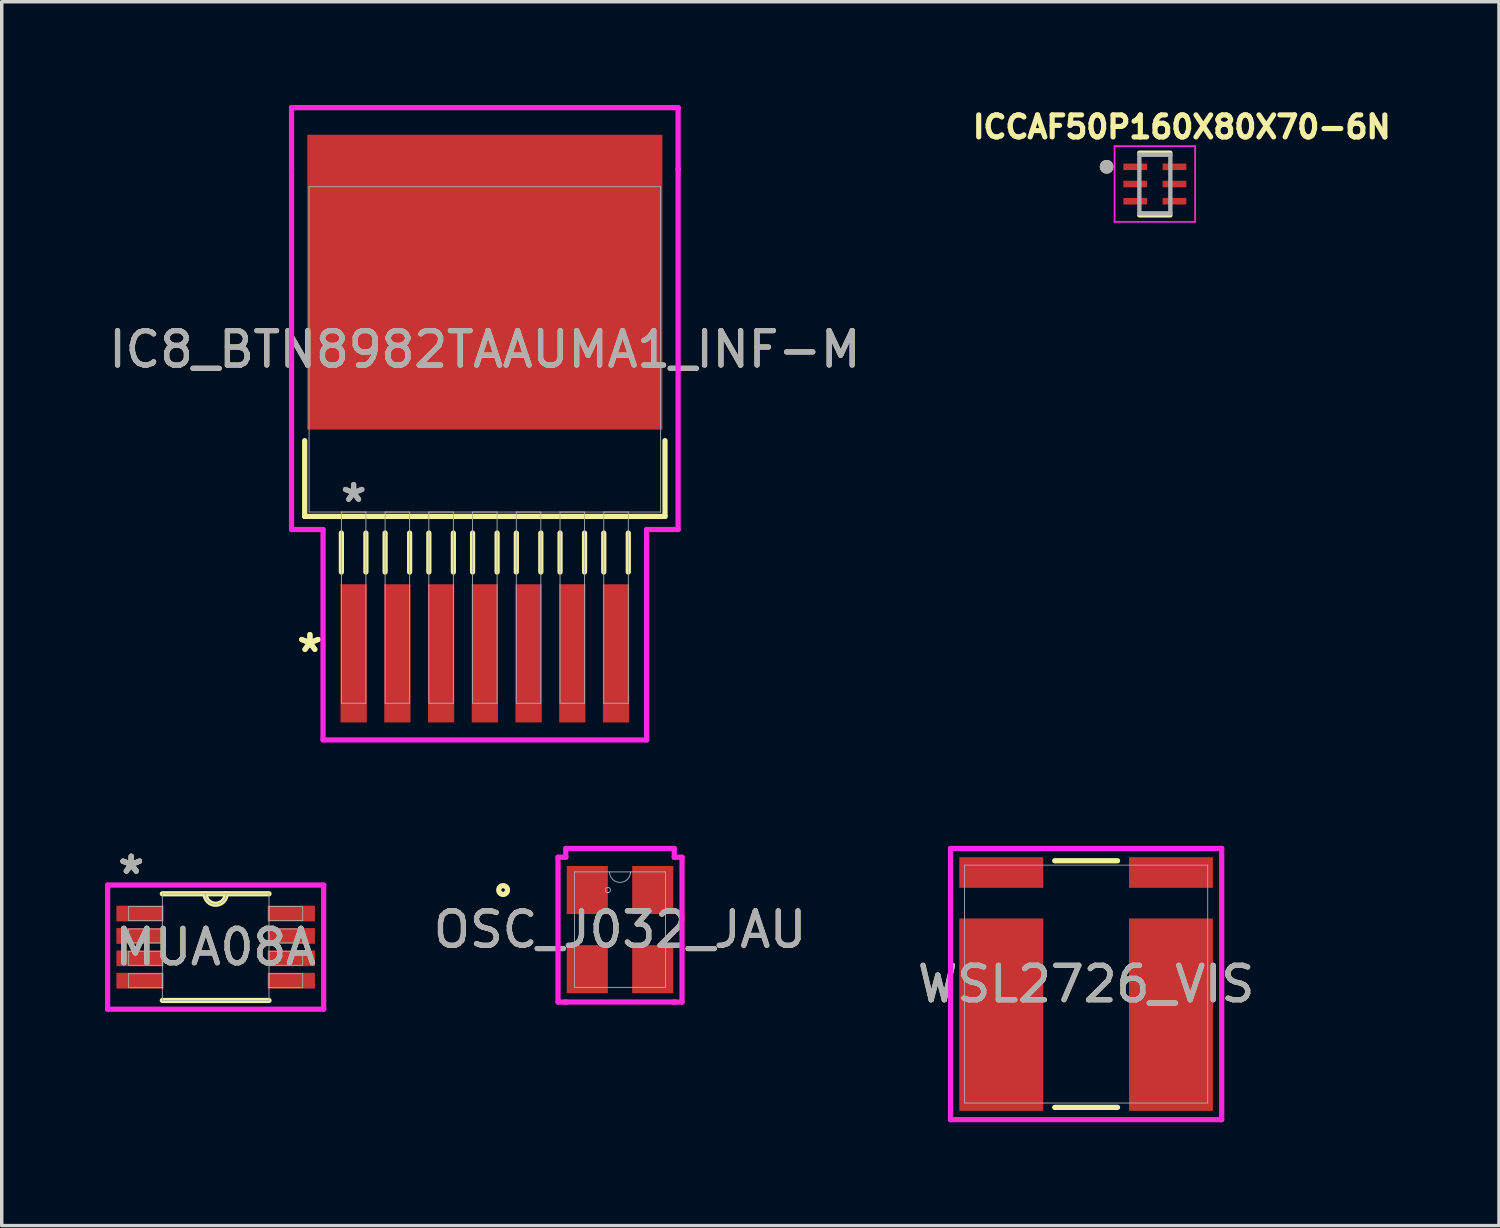
<source format=kicad_pcb>
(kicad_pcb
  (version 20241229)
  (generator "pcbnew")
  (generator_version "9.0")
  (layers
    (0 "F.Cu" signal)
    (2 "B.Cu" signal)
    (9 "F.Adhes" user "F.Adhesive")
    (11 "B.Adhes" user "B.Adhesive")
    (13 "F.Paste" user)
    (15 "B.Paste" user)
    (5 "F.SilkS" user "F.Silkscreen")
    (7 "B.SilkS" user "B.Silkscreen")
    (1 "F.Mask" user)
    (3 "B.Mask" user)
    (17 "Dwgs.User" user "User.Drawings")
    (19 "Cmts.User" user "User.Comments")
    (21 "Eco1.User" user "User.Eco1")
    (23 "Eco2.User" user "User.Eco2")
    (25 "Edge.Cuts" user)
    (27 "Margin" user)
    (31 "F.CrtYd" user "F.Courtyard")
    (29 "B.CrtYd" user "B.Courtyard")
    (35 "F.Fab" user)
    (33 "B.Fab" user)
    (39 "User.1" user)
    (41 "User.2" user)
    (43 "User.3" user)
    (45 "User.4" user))
  (footprint "ICCAF50P160X80X70-6N"
    (layer "F.Cu")
    (at 30.488 2.294)
    (property "Reference" "ICCAF50P160X80X70-6N" (at 0.782 -1.656 0) (layer "F.SilkS") (effects (font (size 0.64 0.64) (thickness 0.15))))
    (attr smd)
    (fp_line (start -0.45 -0.909) (end 0.45 -0.909) (stroke (width 0.127) (type solid)) (layer "F.SilkS"))
    (fp_line (start -0.45 0.909) (end 0.45 0.909) (stroke (width 0.127) (type solid)) (layer "F.SilkS"))
    (fp_circle (center -1.4 -0.5) (end -1.3 -0.5) (stroke (width 0.2) (type solid)) (fill no) (layer "F.SilkS"))
    (fp_line (start -1.17 -1.1) (end 1.17 -1.1) (stroke (width 0.05) (type solid)) (layer "F.CrtYd"))
    (fp_line (start -1.17 1.1) (end -1.17 -1.1) (stroke (width 0.05) (type solid)) (layer "F.CrtYd"))
    (fp_line (start 1.17 -1.1) (end 1.17 1.1) (stroke (width 0.05) (type solid)) (layer "F.CrtYd"))
    (fp_line (start 1.17 1.1) (end -1.17 1.1) (stroke (width 0.05) (type solid)) (layer "F.CrtYd"))
    (fp_line (start -0.45 -0.85) (end 0.45 -0.85) (stroke (width 0.127) (type solid)) (layer "F.Fab"))
    (fp_line (start -0.45 0.85) (end -0.45 -0.85) (stroke (width 0.127) (type solid)) (layer "F.Fab"))
    (fp_line (start 0.45 -0.85) (end 0.45 0.85) (stroke (width 0.127) (type solid)) (layer "F.Fab"))
    (fp_line (start 0.45 0.85) (end -0.45 0.85) (stroke (width 0.127) (type solid)) (layer "F.Fab"))
    (fp_circle (center -1.4 -0.5) (end -1.3 -0.5) (stroke (width 0.2) (type solid)) (fill no) (layer "F.Fab"))
    (pad "1" smd rect (at -0.57 -0.5) (size 0.69 0.19) (layers "F.Cu" "F.Mask" "F.Paste"))
    (pad "2" smd rect (at -0.57 0) (size 0.69 0.19) (layers "F.Cu" "F.Mask" "F.Paste"))
    (pad "3" smd rect (at -0.57 0.5) (size 0.69 0.19) (layers "F.Cu" "F.Mask" "F.Paste"))
    (pad "4" smd rect (at 0.57 0.5) (size 0.69 0.19) (layers "F.Cu" "F.Mask" "F.Paste"))
    (pad "5" smd rect (at 0.57 0) (size 0.69 0.19) (layers "F.Cu" "F.Mask" "F.Paste"))
    (pad "6" smd rect (at 0.57 -0.5) (size 0.69 0.19) (layers "F.Cu" "F.Mask" "F.Paste")))
  (footprint "MUA08A"
    (layer "F.Cu")
    (at 3.213 24.455)
    (property "Reference" "MUA08A" (at 0 0 0) (unlocked yes) (layer "F.SilkS") (effects (font (size 1 1) (thickness 0.15))))
    (attr smd)
    (fp_line (start -1.549 1.549) (end 1.549 1.549) (stroke (width 0.152) (type solid)) (layer "F.SilkS"))
    (fp_line (start 1.549 -1.549) (end -1.549 -1.549) (stroke (width 0.152) (type solid)) (layer "F.SilkS"))
    (fp_arc (start 0.3048 -1.5494) (mid 0 -1.2446) (end -0.3048 -1.5494) (stroke (width 0.1524) (type solid)) (layer "F.SilkS"))
    (fp_line (start -3.137 -1.803) (end 3.137 -1.803) (stroke (width 0.152) (type solid)) (layer "F.CrtYd"))
    (fp_line (start -3.137 1.803) (end -3.137 -1.803) (stroke (width 0.152) (type solid)) (layer "F.CrtYd"))
    (fp_line (start 3.137 -1.803) (end 3.137 1.803) (stroke (width 0.152) (type solid)) (layer "F.CrtYd"))
    (fp_line (start 3.137 1.803) (end -3.137 1.803) (stroke (width 0.152) (type solid)) (layer "F.CrtYd"))
    (fp_line (start -2.527 -1.178) (end -2.527 -0.772) (stroke (width 0.025) (type solid)) (layer "F.Fab"))
    (fp_line (start -2.527 -0.772) (end -1.549 -0.772) (stroke (width 0.025) (type solid)) (layer "F.Fab"))
    (fp_line (start -2.527 -0.528) (end -2.527 -0.122) (stroke (width 0.025) (type solid)) (layer "F.Fab"))
    (fp_line (start -2.527 -0.122) (end -1.549 -0.122) (stroke (width 0.025) (type solid)) (layer "F.Fab"))
    (fp_line (start -2.527 0.122) (end -2.527 0.528) (stroke (width 0.025) (type solid)) (layer "F.Fab"))
    (fp_line (start -2.527 0.528) (end -1.549 0.528) (stroke (width 0.025) (type solid)) (layer "F.Fab"))
    (fp_line (start -2.527 0.772) (end -2.527 1.178) (stroke (width 0.025) (type solid)) (layer "F.Fab"))
    (fp_line (start -2.527 1.178) (end -1.549 1.178) (stroke (width 0.025) (type solid)) (layer "F.Fab"))
    (fp_line (start -1.549 -1.549) (end -1.549 1.549) (stroke (width 0.025) (type solid)) (layer "F.Fab"))
    (fp_line (start -1.549 -1.178) (end -2.527 -1.178) (stroke (width 0.025) (type solid)) (layer "F.Fab"))
    (fp_line (start -1.549 -0.772) (end -1.549 -1.178) (stroke (width 0.025) (type solid)) (layer "F.Fab"))
    (fp_line (start -1.549 -0.528) (end -2.527 -0.528) (stroke (width 0.025) (type solid)) (layer "F.Fab"))
    (fp_line (start -1.549 -0.122) (end -1.549 -0.528) (stroke (width 0.025) (type solid)) (layer "F.Fab"))
    (fp_line (start -1.549 0.122) (end -2.527 0.122) (stroke (width 0.025) (type solid)) (layer "F.Fab"))
    (fp_line (start -1.549 0.528) (end -1.549 0.122) (stroke (width 0.025) (type solid)) (layer "F.Fab"))
    (fp_line (start -1.549 0.772) (end -2.527 0.772) (stroke (width 0.025) (type solid)) (layer "F.Fab"))
    (fp_line (start -1.549 1.178) (end -1.549 0.772) (stroke (width 0.025) (type solid)) (layer "F.Fab"))
    (fp_line (start -1.549 1.549) (end 1.549 1.549) (stroke (width 0.025) (type solid)) (layer "F.Fab"))
    (fp_line (start 1.549 -1.549) (end -1.549 -1.549) (stroke (width 0.025) (type solid)) (layer "F.Fab"))
    (fp_line (start 1.549 -1.178) (end 1.549 -0.772) (stroke (width 0.025) (type solid)) (layer "F.Fab"))
    (fp_line (start 1.549 -0.772) (end 2.527 -0.772) (stroke (width 0.025) (type solid)) (layer "F.Fab"))
    (fp_line (start 1.549 -0.528) (end 1.549 -0.122) (stroke (width 0.025) (type solid)) (layer "F.Fab"))
    (fp_line (start 1.549 -0.122) (end 2.527 -0.122) (stroke (width 0.025) (type solid)) (layer "F.Fab"))
    (fp_line (start 1.549 0.122) (end 1.549 0.528) (stroke (width 0.025) (type solid)) (layer "F.Fab"))
    (fp_line (start 1.549 0.528) (end 2.527 0.528) (stroke (width 0.025) (type solid)) (layer "F.Fab"))
    (fp_line (start 1.549 0.772) (end 1.549 1.178) (stroke (width 0.025) (type solid)) (layer "F.Fab"))
    (fp_line (start 1.549 1.178) (end 2.527 1.178) (stroke (width 0.025) (type solid)) (layer "F.Fab"))
    (fp_line (start 1.549 1.549) (end 1.549 -1.549) (stroke (width 0.025) (type solid)) (layer "F.Fab"))
    (fp_line (start 2.527 -1.178) (end 1.549 -1.178) (stroke (width 0.025) (type solid)) (layer "F.Fab"))
    (fp_line (start 2.527 -0.772) (end 2.527 -1.178) (stroke (width 0.025) (type solid)) (layer "F.Fab"))
    (fp_line (start 2.527 -0.528) (end 1.549 -0.528) (stroke (width 0.025) (type solid)) (layer "F.Fab"))
    (fp_line (start 2.527 -0.122) (end 2.527 -0.528) (stroke (width 0.025) (type solid)) (layer "F.Fab"))
    (fp_line (start 2.527 0.122) (end 1.549 0.122) (stroke (width 0.025) (type solid)) (layer "F.Fab"))
    (fp_line (start 2.527 0.528) (end 2.527 0.122) (stroke (width 0.025) (type solid)) (layer "F.Fab"))
    (fp_line (start 2.527 0.772) (end 1.549 0.772) (stroke (width 0.025) (type solid)) (layer "F.Fab"))
    (fp_line (start 2.527 1.178) (end 2.527 0.772) (stroke (width 0.025) (type solid)) (layer "F.Fab"))
    (fp_arc (start 0.3048 -1.5494) (mid 0 -1.2446) (end -0.3048 -1.5494) (stroke (width 0.0254) (type solid)) (layer "F.Fab"))
    (fp_text user "*" (at -2.451 -2.093 0) (layer "F.SilkS") (effects (font (size 1 1) (thickness 0.15))))
    (fp_text user "*" (at -2.451 -2.093 0) (unlocked yes) (layer "F.SilkS") (effects (font (size 1 1) (thickness 0.15))))
    (fp_text user "*" (at -2.451 -2.093 0) (layer "F.Fab") (effects (font (size 1 1) (thickness 0.15))))
    (fp_text user "${REFERENCE}" (at 0 0 0) (unlocked yes) (layer "F.Fab") (effects (font (size 1 1) (thickness 0.15))))
    (fp_text user "*" (at -2.451 -2.093 0) (unlocked yes) (layer "F.Fab") (effects (font (size 1 1) (thickness 0.15))))
    (pad "1" smd rect (at -2.197 -0.975) (size 1.372 0.457) (layers "F.Cu" "F.Mask" "F.Paste"))
    (pad "2" smd rect (at -2.197 -0.325) (size 1.372 0.457) (layers "F.Cu" "F.Mask" "F.Paste"))
    (pad "3" smd rect (at -2.197 0.325) (size 1.372 0.457) (layers "F.Cu" "F.Mask" "F.Paste"))
    (pad "4" smd rect (at -2.197 0.975) (size 1.372 0.457) (layers "F.Cu" "F.Mask" "F.Paste"))
    (pad "5" smd rect (at 2.197 0.975) (size 1.372 0.457) (layers "F.Cu" "F.Mask" "F.Paste"))
    (pad "6" smd rect (at 2.197 0.325) (size 1.372 0.457) (layers "F.Cu" "F.Mask" "F.Paste"))
    (pad "7" smd rect (at 2.197 -0.325) (size 1.372 0.457) (layers "F.Cu" "F.Mask" "F.Paste"))
    (pad "8" smd rect (at 2.197 -0.975) (size 1.372 0.457) (layers "F.Cu" "F.Mask" "F.Paste")))
  (footprint "WSL2726_VIS"
    (layer "F.Cu")
    (at 28.492 25.528)
    (property "Reference" "WSL2726_VIS" (at 0 0 0) (unlocked yes) (layer "F.SilkS") (effects (font (size 1 1) (thickness 0.15))))
    (attr smd)
    (fp_line (start -0.912 3.581) (end 0.912 3.581) (stroke (width 0.152) (type solid)) (layer "F.SilkS"))
    (fp_line (start 0.912 -3.581) (end -0.912 -3.581) (stroke (width 0.152) (type solid)) (layer "F.SilkS"))
    (fp_line (start -3.937 -3.937) (end 3.937 -3.937) (stroke (width 0.152) (type solid)) (layer "F.CrtYd"))
    (fp_line (start -3.937 3.937) (end -3.937 -3.937) (stroke (width 0.152) (type solid)) (layer "F.CrtYd"))
    (fp_line (start 3.937 -3.937) (end 3.937 3.937) (stroke (width 0.152) (type solid)) (layer "F.CrtYd"))
    (fp_line (start 3.937 3.937) (end -3.937 3.937) (stroke (width 0.152) (type solid)) (layer "F.CrtYd"))
    (fp_line (start -3.531 -3.454) (end -3.531 3.454) (stroke (width 0.025) (type solid)) (layer "F.Fab"))
    (fp_line (start -3.531 3.454) (end 3.531 3.454) (stroke (width 0.025) (type solid)) (layer "F.Fab"))
    (fp_line (start 3.531 -3.454) (end -3.531 -3.454) (stroke (width 0.025) (type solid)) (layer "F.Fab"))
    (fp_line (start 3.531 3.454) (end 3.531 -3.454) (stroke (width 0.025) (type solid)) (layer "F.Fab"))
    (fp_text user "${REFERENCE}" (at 0 0 0) (unlocked yes) (layer "F.Fab") (effects (font (size 1 1) (thickness 0.15))))
    (pad "1" smd rect (at -2.464 0.889) (size 2.438 5.588) (layers "F.Cu" "F.Mask" "F.Paste"))
    (pad "2" smd rect (at -2.464 -3.239) (size 2.438 0.889) (layers "F.Cu" "F.Mask" "F.Paste"))
    (pad "3" smd rect (at 2.464 -3.239) (size 2.438 0.889) (layers "F.Cu" "F.Mask" "F.Paste"))
    (pad "4" smd rect (at 2.464 0.889) (size 2.438 5.588) (layers "F.Cu" "F.Mask" "F.Paste"))
    (zone (net_name "") (layer "F.Cu") (hatch full 0.508) (connect_pads) (min_thickness 0.254) (filled_areas_thickness no) (keepout (tracks not_allowed) (vias not_allowed) (pads allowed) (copperpour not_allowed) (footprints allowed)) (placement (enabled no)) (fill) (polygon (pts (xy 27.298 22.124) (xy 29.685 22.124) (xy 29.685 28.931) (xy 27.298 28.931)))))
  (footprint "OSC_J032_JAU"
    (layer "F.Cu")
    (at 14.956 23.947)
    (property "Reference" "OSC_J032_JAU" (at 0 0 0) (unlocked yes) (layer "F.SilkS") (effects (font (size 1 1) (thickness 0.15))))
    (attr smd)
    (fp_circle (center -3.395 -1.15) (end -3.268 -1.15) (stroke (width 0.152) (type solid)) (fill no) (layer "F.SilkS"))
    (fp_line (start -1.801 -2.103) (end -1.575 -2.103) (stroke (width 0.152) (type solid)) (layer "F.CrtYd"))
    (fp_line (start -1.801 2.103) (end -1.801 -2.103) (stroke (width 0.152) (type solid)) (layer "F.CrtYd"))
    (fp_line (start -1.801 2.103) (end -1.575 2.103) (stroke (width 0.152) (type solid)) (layer "F.CrtYd"))
    (fp_line (start -1.575 -2.357) (end 1.575 -2.357) (stroke (width 0.152) (type solid)) (layer "F.CrtYd"))
    (fp_line (start -1.575 -2.103) (end -1.575 -2.357) (stroke (width 0.152) (type solid)) (layer "F.CrtYd"))
    (fp_line (start -1.575 2.103) (end -1.575 2.103) (stroke (width 0.152) (type solid)) (layer "F.CrtYd"))
    (fp_line (start 1.575 -2.357) (end 1.575 -2.103) (stroke (width 0.152) (type solid)) (layer "F.CrtYd"))
    (fp_line (start 1.575 2.103) (end -1.575 2.103) (stroke (width 0.152) (type solid)) (layer "F.CrtYd"))
    (fp_line (start 1.575 2.103) (end 1.575 2.103) (stroke (width 0.152) (type solid)) (layer "F.CrtYd"))
    (fp_line (start 1.801 -2.103) (end 1.575 -2.103) (stroke (width 0.152) (type solid)) (layer "F.CrtYd"))
    (fp_line (start 1.801 -2.103) (end 1.801 2.103) (stroke (width 0.152) (type solid)) (layer "F.CrtYd"))
    (fp_line (start 1.801 2.103) (end 1.575 2.103) (stroke (width 0.152) (type solid)) (layer "F.CrtYd"))
    (fp_line (start -1.321 -1.676) (end -1.321 1.676) (stroke (width 0.025) (type solid)) (layer "F.Fab"))
    (fp_line (start -1.321 1.676) (end 1.321 1.676) (stroke (width 0.025) (type solid)) (layer "F.Fab"))
    (fp_line (start 1.321 -1.676) (end -1.321 -1.676) (stroke (width 0.025) (type solid)) (layer "F.Fab"))
    (fp_line (start 1.321 1.676) (end 1.321 -1.676) (stroke (width 0.025) (type solid)) (layer "F.Fab"))
    (fp_arc (start 0.3048 -1.6764) (mid 0 -1.3716) (end -0.3048 -1.6764) (stroke (width 0.0254) (type solid)) (layer "F.Fab"))
    (fp_circle (center -0.353 -1.15) (end -0.277 -1.15) (stroke (width 0.025) (type solid)) (fill no) (layer "F.Fab"))
    (fp_text user "${REFERENCE}" (at 0 0 0) (unlocked yes) (layer "F.Fab") (effects (font (size 1 1) (thickness 0.15))))
    (pad "1" smd rect (at -0.95 -1.15) (size 1.194 1.397) (layers "F.Cu" "F.Mask" "F.Paste"))
    (pad "2" smd rect (at -0.95 1.15) (size 1.194 1.397) (layers "F.Cu" "F.Mask" "F.Paste"))
    (pad "3" smd rect (at 0.95 1.15) (size 1.194 1.397) (layers "F.Cu" "F.Mask" "F.Paste"))
    (pad "4" smd rect (at 0.95 -1.15) (size 1.194 1.397) (layers "F.Cu" "F.Mask" "F.Paste")))
  (footprint "IC8_BTN8982TAAUMA1_INF-M"
    (layer "F.Cu")
    (at 11.03 7.096)
    (property "Reference" "IC8_BTN8982TAAUMA1_INF-M" (at 0 0 0) (unlocked yes) (layer "F.SilkS") (effects (font (size 1 1) (thickness 0.15))))
    (attr smd)
    (fp_line (start -5.232 2.651) (end -5.232 4.851) (stroke (width 0.152) (type solid)) (layer "F.SilkS"))
    (fp_line (start -5.232 4.851) (end 5.232 4.851) (stroke (width 0.152) (type solid)) (layer "F.SilkS"))
    (fp_line (start -4.166 5.334) (end -4.166 6.466) (stroke (width 0.152) (type solid)) (layer "F.SilkS"))
    (fp_line (start -3.454 5.334) (end -3.454 6.466) (stroke (width 0.152) (type solid)) (layer "F.SilkS"))
    (fp_line (start -2.896 5.334) (end -2.896 6.466) (stroke (width 0.152) (type solid)) (layer "F.SilkS"))
    (fp_line (start -2.184 5.334) (end -2.184 6.466) (stroke (width 0.152) (type solid)) (layer "F.SilkS"))
    (fp_line (start -1.626 5.334) (end -1.626 6.466) (stroke (width 0.152) (type solid)) (layer "F.SilkS"))
    (fp_line (start -0.914 5.334) (end -0.914 6.466) (stroke (width 0.152) (type solid)) (layer "F.SilkS"))
    (fp_line (start -0.356 5.334) (end -0.356 6.466) (stroke (width 0.152) (type solid)) (layer "F.SilkS"))
    (fp_line (start 0.356 5.334) (end 0.356 6.466) (stroke (width 0.152) (type solid)) (layer "F.SilkS"))
    (fp_line (start 0.914 5.334) (end 0.914 6.466) (stroke (width 0.152) (type solid)) (layer "F.SilkS"))
    (fp_line (start 1.626 5.334) (end 1.626 6.466) (stroke (width 0.152) (type solid)) (layer "F.SilkS"))
    (fp_line (start 2.184 5.334) (end 2.184 6.466) (stroke (width 0.152) (type solid)) (layer "F.SilkS"))
    (fp_line (start 2.896 5.334) (end 2.896 6.466) (stroke (width 0.152) (type solid)) (layer "F.SilkS"))
    (fp_line (start 3.454 5.334) (end 3.454 6.466) (stroke (width 0.152) (type solid)) (layer "F.SilkS"))
    (fp_line (start 4.166 5.334) (end 4.166 6.466) (stroke (width 0.152) (type solid)) (layer "F.SilkS"))
    (fp_line (start 5.232 4.851) (end 5.232 2.651) (stroke (width 0.152) (type solid)) (layer "F.SilkS"))
    (fp_line (start -5.613 -7.02) (end 5.613 -7.02) (stroke (width 0.152) (type solid)) (layer "F.CrtYd"))
    (fp_line (start -5.613 -5.232) (end -5.613 -7.02) (stroke (width 0.152) (type solid)) (layer "F.CrtYd"))
    (fp_line (start -5.613 -5.232) (end -5.613 -5.232) (stroke (width 0.152) (type solid)) (layer "F.CrtYd"))
    (fp_line (start -5.613 5.232) (end -5.613 -5.232) (stroke (width 0.152) (type solid)) (layer "F.CrtYd"))
    (fp_line (start -4.699 5.232) (end -5.613 5.232) (stroke (width 0.152) (type solid)) (layer "F.CrtYd"))
    (fp_line (start -4.699 11.342) (end -4.699 5.232) (stroke (width 0.152) (type solid)) (layer "F.CrtYd"))
    (fp_line (start 4.699 5.232) (end 4.699 11.342) (stroke (width 0.152) (type solid)) (layer "F.CrtYd"))
    (fp_line (start 4.699 11.342) (end -4.699 11.342) (stroke (width 0.152) (type solid)) (layer "F.CrtYd"))
    (fp_line (start 5.613 -7.02) (end 5.613 -5.232) (stroke (width 0.152) (type solid)) (layer "F.CrtYd"))
    (fp_line (start 5.613 -5.232) (end 5.613 -5.232) (stroke (width 0.152) (type solid)) (layer "F.CrtYd"))
    (fp_line (start 5.613 -5.232) (end 5.613 5.232) (stroke (width 0.152) (type solid)) (layer "F.CrtYd"))
    (fp_line (start 5.613 5.232) (end 4.699 5.232) (stroke (width 0.152) (type solid)) (layer "F.CrtYd"))
    (fp_line (start -5.105 -4.724) (end -5.105 4.724) (stroke (width 0.025) (type solid)) (layer "F.Fab"))
    (fp_line (start -5.105 4.724) (end 5.105 4.724) (stroke (width 0.025) (type solid)) (layer "F.Fab"))
    (fp_line (start -4.166 4.724) (end -4.166 10.276) (stroke (width 0.025) (type solid)) (layer "F.Fab"))
    (fp_line (start -4.166 10.276) (end -3.454 10.276) (stroke (width 0.025) (type solid)) (layer "F.Fab"))
    (fp_line (start -3.454 4.724) (end -4.166 4.724) (stroke (width 0.025) (type solid)) (layer "F.Fab"))
    (fp_line (start -3.454 10.276) (end -3.454 4.724) (stroke (width 0.025) (type solid)) (layer "F.Fab"))
    (fp_line (start -2.896 4.724) (end -2.896 10.276) (stroke (width 0.025) (type solid)) (layer "F.Fab"))
    (fp_line (start -2.896 10.276) (end -2.184 10.276) (stroke (width 0.025) (type solid)) (layer "F.Fab"))
    (fp_line (start -2.184 4.724) (end -2.896 4.724) (stroke (width 0.025) (type solid)) (layer "F.Fab"))
    (fp_line (start -2.184 10.276) (end -2.184 4.724) (stroke (width 0.025) (type solid)) (layer "F.Fab"))
    (fp_line (start -1.626 4.724) (end -1.626 10.276) (stroke (width 0.025) (type solid)) (layer "F.Fab"))
    (fp_line (start -1.626 10.276) (end -0.914 10.276) (stroke (width 0.025) (type solid)) (layer "F.Fab"))
    (fp_line (start -0.914 4.724) (end -1.626 4.724) (stroke (width 0.025) (type solid)) (layer "F.Fab"))
    (fp_line (start -0.914 10.276) (end -0.914 4.724) (stroke (width 0.025) (type solid)) (layer "F.Fab"))
    (fp_line (start -0.356 4.724) (end -0.356 10.276) (stroke (width 0.025) (type solid)) (layer "F.Fab"))
    (fp_line (start -0.356 10.276) (end 0.356 10.276) (stroke (width 0.025) (type solid)) (layer "F.Fab"))
    (fp_line (start 0.356 4.724) (end -0.356 4.724) (stroke (width 0.025) (type solid)) (layer "F.Fab"))
    (fp_line (start 0.356 10.276) (end 0.356 4.724) (stroke (width 0.025) (type solid)) (layer "F.Fab"))
    (fp_line (start 0.914 4.724) (end 0.914 10.276) (stroke (width 0.025) (type solid)) (layer "F.Fab"))
    (fp_line (start 0.914 10.276) (end 1.626 10.276) (stroke (width 0.025) (type solid)) (layer "F.Fab"))
    (fp_line (start 1.626 4.724) (end 0.914 4.724) (stroke (width 0.025) (type solid)) (layer "F.Fab"))
    (fp_line (start 1.626 10.276) (end 1.626 4.724) (stroke (width 0.025) (type solid)) (layer "F.Fab"))
    (fp_line (start 2.184 4.724) (end 2.184 10.276) (stroke (width 0.025) (type solid)) (layer "F.Fab"))
    (fp_line (start 2.184 10.276) (end 2.896 10.276) (stroke (width 0.025) (type solid)) (layer "F.Fab"))
    (fp_line (start 2.896 4.724) (end 2.184 4.724) (stroke (width 0.025) (type solid)) (layer "F.Fab"))
    (fp_line (start 2.896 10.276) (end 2.896 4.724) (stroke (width 0.025) (type solid)) (layer "F.Fab"))
    (fp_line (start 3.454 4.724) (end 3.454 10.276) (stroke (width 0.025) (type solid)) (layer "F.Fab"))
    (fp_line (start 3.454 10.276) (end 4.166 10.276) (stroke (width 0.025) (type solid)) (layer "F.Fab"))
    (fp_line (start 4.166 4.724) (end 3.454 4.724) (stroke (width 0.025) (type solid)) (layer "F.Fab"))
    (fp_line (start 4.166 10.276) (end 4.166 4.724) (stroke (width 0.025) (type solid)) (layer "F.Fab"))
    (fp_line (start 5.105 -4.724) (end -5.105 -4.724) (stroke (width 0.025) (type solid)) (layer "F.Fab"))
    (fp_line (start 5.105 4.724) (end 5.105 -4.724) (stroke (width 0.025) (type solid)) (layer "F.Fab"))
    (fp_text user "*" (at -5.08 8.828 0) (layer "F.SilkS") (effects (font (size 1 1) (thickness 0.15))))
    (fp_text user "*" (at -5.08 8.828 0) (unlocked yes) (layer "F.SilkS") (effects (font (size 1 1) (thickness 0.15))))
    (fp_text user "*" (at -3.81 4.47 0) (layer "F.Fab") (effects (font (size 1 1) (thickness 0.15))))
    (fp_text user "*" (at -3.81 4.47 0) (unlocked yes) (layer "F.Fab") (effects (font (size 1 1) (thickness 0.15))))
    (fp_text user "${REFERENCE}" (at 0 0 0) (unlocked yes) (layer "F.Fab") (effects (font (size 1 1) (thickness 0.15))))
    (pad "1" smd rect (at -3.81 8.828) (size 0.762 4.013) (layers "F.Cu" "F.Mask" "F.Paste"))
    (pad "2" smd rect (at -2.54 8.828) (size 0.762 4.013) (layers "F.Cu" "F.Mask" "F.Paste"))
    (pad "3" smd rect (at -1.27 8.828) (size 0.762 4.013) (layers "F.Cu" "F.Mask" "F.Paste"))
    (pad "4" smd rect (at 0 8.828) (size 0.762 4.013) (layers "F.Cu" "F.Mask" "F.Paste"))
    (pad "5" smd rect (at 1.27 8.828) (size 0.762 4.013) (layers "F.Cu" "F.Mask" "F.Paste"))
    (pad "6" smd rect (at 2.54 8.828) (size 0.762 4.013) (layers "F.Cu" "F.Mask" "F.Paste"))
    (pad "7" smd rect (at 3.81 8.828) (size 0.762 4.013) (layers "F.Cu" "F.Mask" "F.Paste"))
    (pad "8" smd rect (at 0 -1.952) (size 10.312 8.56) (layers "F.Cu" "F.Mask" "F.Paste")))
  (gr_rect
    (start -3 -3)
    (end 40.481 32.541)
    (stroke (width 0.1) (type default))
    (fill no)
    (layer "Edge.Cuts")))
</source>
